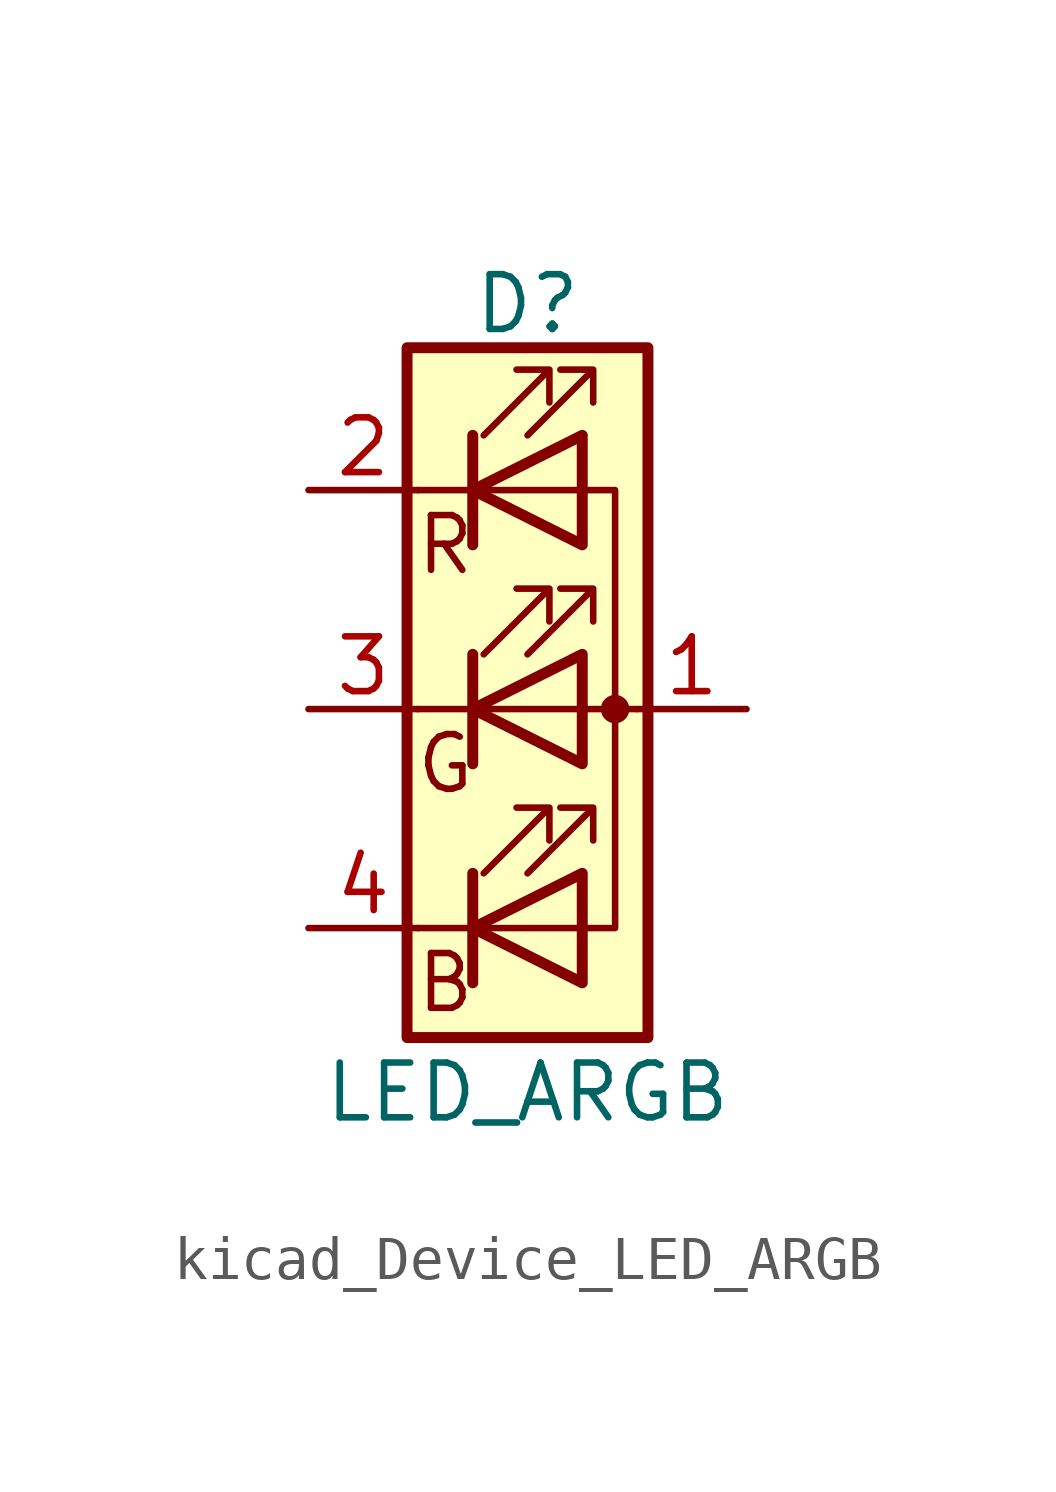
<source format=kicad_sym>
(kicad_symbol_lib
  (version 20220914)
  (generator kicad_symbol_editor)
  (symbol "kicad_Device_LED_ARGB"
    (pin_names
      (offset 0) hide)
    (property "Reference" "D"
      (at 0 9.398 0)
      (effects (font (size 1.27 1.27))))
    (property "Value" "LED_ARGB"
      (at 0 -8.89 0)
      (effects (font (size 1.27 1.27))))
    (symbol "kicad_Device_LED_ARGB_0_0"
      (text "B" (at -1.905 -6.35 0) (effects (font (size 1.27 1.27))))
      (text "G" (at -1.905 -1.27 0) (effects (font (size 1.27 1.27))))
      (text "R" (at -1.905 3.81 0) (effects (font (size 1.27 1.27)))))
    (symbol "kicad_Device_LED_ARGB_0_1"
      (polyline (pts (xy -1.27 -5.08) (xy -2.54 -5.08)) (stroke (width 0) (type default)) (fill (type none)))
      (polyline (pts (xy -1.27 -5.08) (xy 1.27 -5.08)) (stroke (width 0) (type default)) (fill (type none)))
      (polyline (pts (xy -1.27 -3.81) (xy -1.27 -6.35)) (stroke (width 0.254) (type default)) (fill (type none)))
      (polyline (pts (xy -1.27 0) (xy -2.54 0)) (stroke (width 0) (type default)) (fill (type none)))
      (polyline (pts (xy -1.27 1.27) (xy -1.27 -1.27)) (stroke (width 0.254) (type default)) (fill (type none)))
      (polyline (pts (xy -1.27 5.08) (xy -2.54 5.08)) (stroke (width 0) (type default)) (fill (type none)))
      (polyline (pts (xy -1.27 5.08) (xy 1.27 5.08)) (stroke (width 0) (type default)) (fill (type none)))
      (polyline (pts (xy -1.27 6.35) (xy -1.27 3.81)) (stroke (width 0.254) (type default)) (fill (type none)))
      (polyline (pts (xy 1.27 0) (xy -1.27 0)) (stroke (width 0) (type default)) (fill (type none)))
      (polyline (pts (xy 1.27 0) (xy 2.54 0)) (stroke (width 0) (type default)) (fill (type none)))
      (polyline (pts (xy -1.27 1.27) (xy -1.27 -1.27) (xy -1.27 -1.27)) (stroke (width 0) (type default)) (fill (type none)))
      (polyline (pts (xy -1.27 6.35) (xy -1.27 3.81) (xy -1.27 3.81)) (stroke (width 0) (type default)) (fill (type none)))
      (polyline (pts (xy 1.27 -5.08) (xy 2.032 -5.08) (xy 2.032 5.08) (xy 1.27 5.08)) (stroke (width 0) (type default)) (fill (type none)))
      (polyline (pts (xy 1.27 -3.81) (xy 1.27 -6.35) (xy -1.27 -5.08) (xy 1.27 -3.81)) (stroke (width 0.254) (type default)) (fill (type none)))
      (polyline (pts (xy 1.27 1.27) (xy 1.27 -1.27) (xy -1.27 0) (xy 1.27 1.27)) (stroke (width 0.254) (type default)) (fill (type none)))
      (polyline (pts (xy 1.27 6.35) (xy 1.27 3.81) (xy -1.27 5.08) (xy 1.27 6.35)) (stroke (width 0.254) (type default)) (fill (type none)))
      (polyline (pts (xy -1.016 -3.81) (xy 0.508 -2.286) (xy -0.254 -2.286) (xy 0.508 -2.286) (xy 0.508 -3.048)) (stroke (width 0) (type default)) (fill (type none)))
      (polyline (pts (xy -1.016 1.27) (xy 0.508 2.794) (xy -0.254 2.794) (xy 0.508 2.794) (xy 0.508 2.032)) (stroke (width 0) (type default)) (fill (type none)))
      (polyline (pts (xy -1.016 6.35) (xy 0.508 7.874) (xy -0.254 7.874) (xy 0.508 7.874) (xy 0.508 7.112)) (stroke (width 0) (type default)) (fill (type none)))
      (polyline (pts (xy 0 -3.81) (xy 1.524 -2.286) (xy 0.762 -2.286) (xy 1.524 -2.286) (xy 1.524 -3.048)) (stroke (width 0) (type default)) (fill (type none)))
      (polyline (pts (xy 0 1.27) (xy 1.524 2.794) (xy 0.762 2.794) (xy 1.524 2.794) (xy 1.524 2.032)) (stroke (width 0) (type default)) (fill (type none)))
      (polyline (pts (xy 0 6.35) (xy 1.524 7.874) (xy 0.762 7.874) (xy 1.524 7.874) (xy 1.524 7.112)) (stroke (width 0) (type default)) (fill (type none)))
      (rectangle (start 1.27 -1.27) (end 1.27 1.27) (stroke (width 0) (type default)) (fill (type none)))
      (rectangle (start 1.27 1.27) (end 1.27 1.27) (stroke (width 0) (type default)) (fill (type none)))
      (rectangle (start 1.27 3.81) (end 1.27 6.35) (stroke (width 0) (type default)) (fill (type none)))
      (rectangle (start 1.27 6.35) (end 1.27 6.35) (stroke (width 0) (type default)) (fill (type none)))
      (circle (center 2.032 0) (radius 0.254) (stroke (width 0) (type default)) (fill (type outline)))
      (rectangle (start 2.794 8.382) (end -2.794 -7.62) (stroke (width 0.254) (type default)) (fill (type background))))
    (symbol "kicad_Device_LED_ARGB_1_1"
      (pin passive line (at 5.08 0 180) (length 2.54) (name "A" (effects (font (size 1.27 1.27)))) (number "1" (effects (font (size 1.27 1.27)))))
      (pin passive line (at -5.08 5.08 0) (length 2.54) (name "RK" (effects (font (size 1.27 1.27)))) (number "2" (effects (font (size 1.27 1.27)))))
      (pin passive line (at -5.08 0 0) (length 2.54) (name "GK" (effects (font (size 1.27 1.27)))) (number "3" (effects (font (size 1.27 1.27)))))
      (pin passive line (at -5.08 -5.08 0) (length 2.54) (name "BK" (effects (font (size 1.27 1.27)))) (number "4" (effects (font (size 1.27 1.27))))))))
</source>
